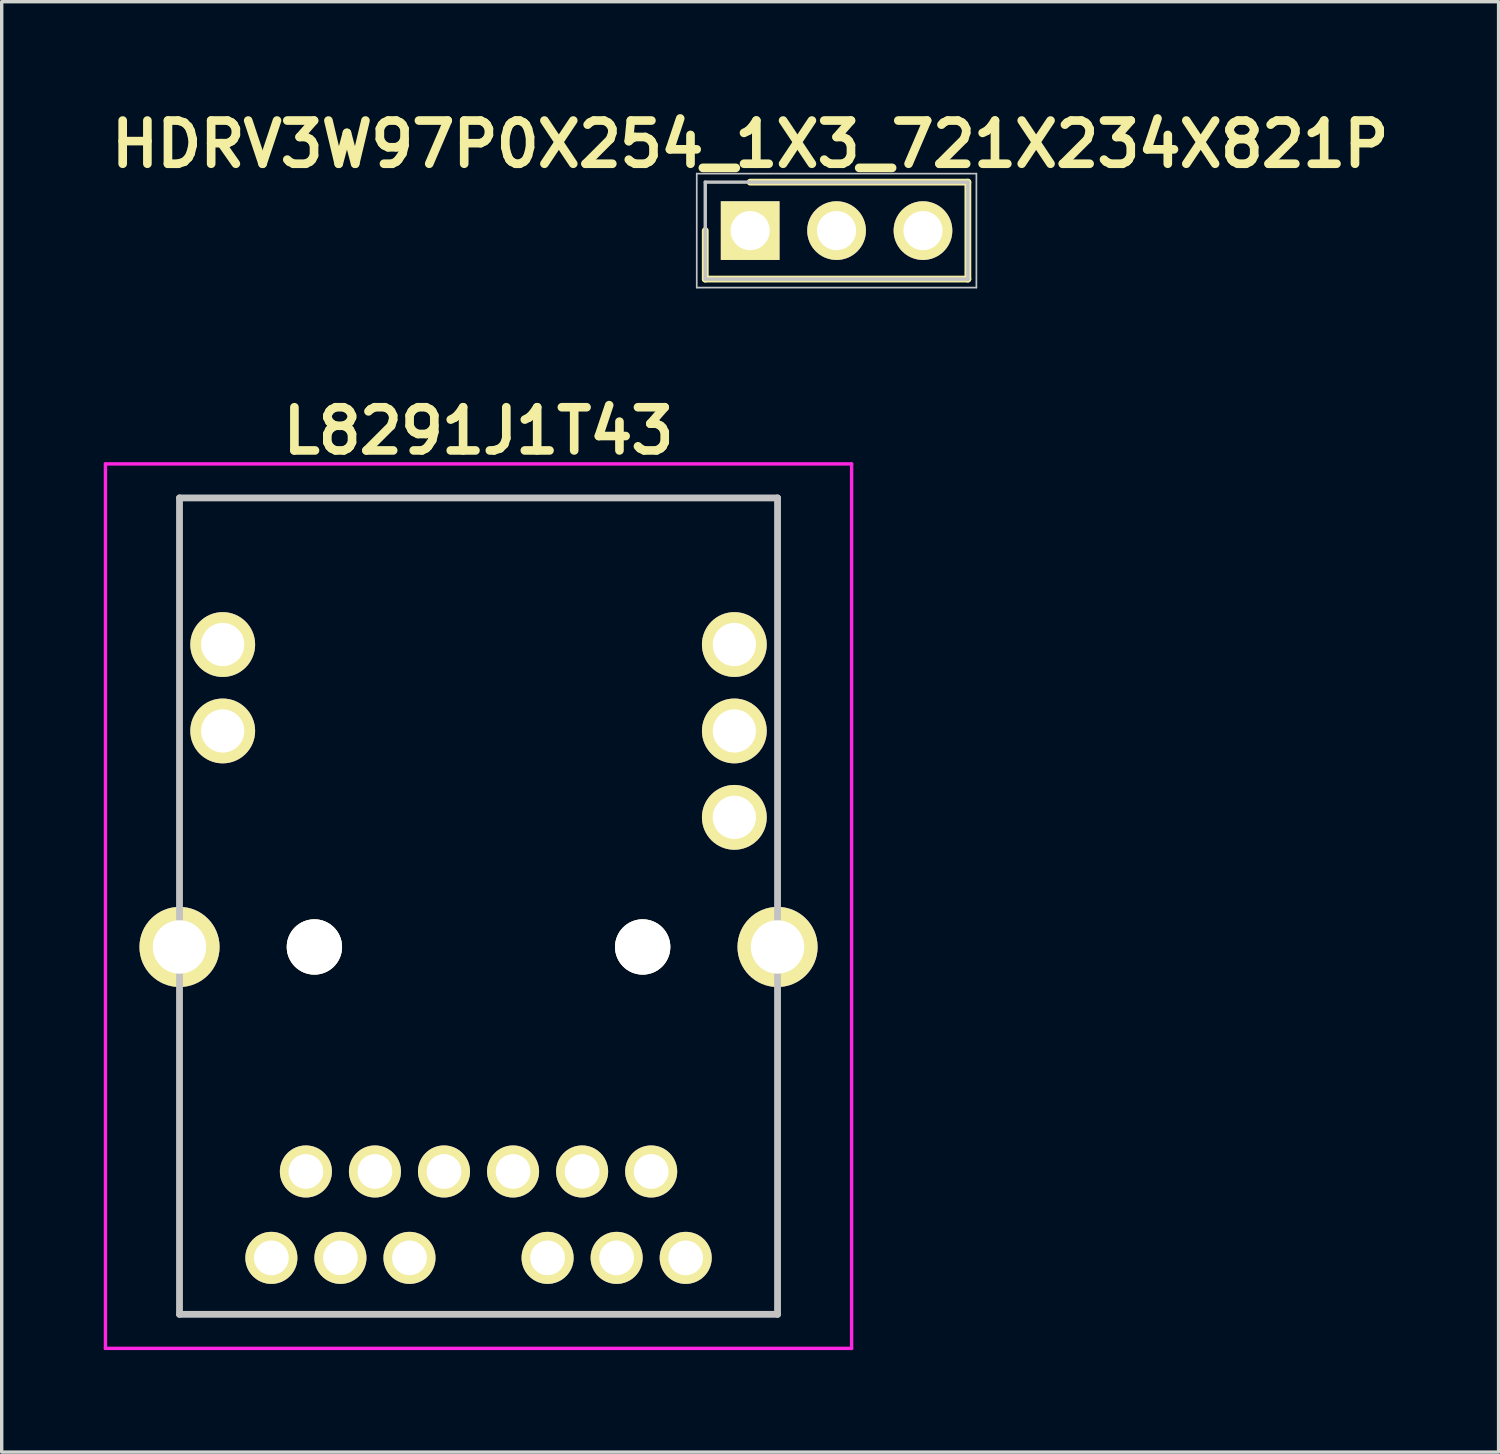
<source format=kicad_pcb>
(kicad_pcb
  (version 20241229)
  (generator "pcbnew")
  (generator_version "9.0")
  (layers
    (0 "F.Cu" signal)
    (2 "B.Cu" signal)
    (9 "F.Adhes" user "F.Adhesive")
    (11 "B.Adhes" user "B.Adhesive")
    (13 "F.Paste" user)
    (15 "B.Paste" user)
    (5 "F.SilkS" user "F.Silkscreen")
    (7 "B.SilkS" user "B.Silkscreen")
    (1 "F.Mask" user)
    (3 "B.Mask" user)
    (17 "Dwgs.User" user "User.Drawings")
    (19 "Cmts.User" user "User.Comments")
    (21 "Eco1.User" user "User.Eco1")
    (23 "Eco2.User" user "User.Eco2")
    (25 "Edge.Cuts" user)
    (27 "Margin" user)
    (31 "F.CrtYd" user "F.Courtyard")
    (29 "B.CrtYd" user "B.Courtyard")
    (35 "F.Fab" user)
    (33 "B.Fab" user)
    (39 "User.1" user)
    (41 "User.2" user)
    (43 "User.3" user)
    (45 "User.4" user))
  (footprint "HDRV3W97P0X254_1X3_721X234X821P"
    (layer "F.Cu")
    (at 19.002 3.729)
    (property "Reference" "HDRV3W97P0X254_1X3_721X234X821P" (at 0 -2.54 0) (layer "F.SilkS") (effects (font (size 1.27 1.27) (thickness 0.254))))
    (attr through_hole)
    (fp_line (start -1.32 0) (end -1.32 1.425) (stroke (width 0.2) (type solid)) (layer "F.SilkS"))
    (fp_line (start -1.32 1.425) (end 6.4 1.425) (stroke (width 0.2) (type solid)) (layer "F.SilkS"))
    (fp_line (start 6.4 -1.425) (end 0 -1.425) (stroke (width 0.2) (type solid)) (layer "F.SilkS"))
    (fp_line (start 6.4 1.425) (end 6.4 -1.425) (stroke (width 0.2) (type solid)) (layer "F.SilkS"))
    (fp_line (start -1.57 -1.675) (end 6.65 -1.675) (stroke (width 0.05) (type solid)) (layer "Dwgs.User"))
    (fp_line (start -1.57 1.675) (end -1.57 -1.675) (stroke (width 0.05) (type solid)) (layer "Dwgs.User"))
    (fp_line (start -1.32 -1.425) (end 6.4 -1.425) (stroke (width 0.1) (type solid)) (layer "Dwgs.User"))
    (fp_line (start -1.32 1.425) (end -1.32 -1.425) (stroke (width 0.1) (type solid)) (layer "Dwgs.User"))
    (fp_line (start 6.4 -1.425) (end 6.4 1.425) (stroke (width 0.1) (type solid)) (layer "Dwgs.User"))
    (fp_line (start 6.4 1.425) (end -1.32 1.425) (stroke (width 0.1) (type solid)) (layer "Dwgs.User"))
    (fp_line (start 6.65 -1.675) (end 6.65 1.675) (stroke (width 0.05) (type solid)) (layer "Dwgs.User"))
    (fp_line (start 6.65 1.675) (end -1.57 1.675) (stroke (width 0.05) (type solid)) (layer "Dwgs.User"))
    (pad "1" thru_hole rect (at 0 0 90) (size 1.725 1.725) (drill 1.15) (layers "*.Cu" "*.Mask" "F.SilkS"))
    (pad "2" thru_hole circle (at 2.54 0 90) (size 1.725 1.725) (drill 1.15) (layers "*.Cu" "*.Mask" "F.SilkS"))
    (pad "3" thru_hole circle (at 5.08 0 90) (size 1.725 1.725) (drill 1.15) (layers "*.Cu" "*.Mask" "F.SilkS")))
  (footprint "L8291J1T43"
    (layer "F.Cu")
    (at 11.017 23.587)
    (property "Reference" "L8291J1T43" (at 0 -13.97 0) (layer "F.SilkS") (effects (font (size 1.27 1.27) (thickness 0.254))))
    (attr through_hole)
    (fp_line (start -8.79 -12) (end 8.79 -12) (stroke (width 0.1) (type solid)) (layer "F.SilkS"))
    (fp_line (start -8.79 -0.8) (end -8.79 -12) (stroke (width 0.1) (type solid)) (layer "F.SilkS"))
    (fp_line (start -8.79 3.2) (end -8.79 12) (stroke (width 0.1) (type solid)) (layer "F.SilkS"))
    (fp_line (start -8.79 12) (end 8.79 12) (stroke (width 0.1) (type solid)) (layer "F.SilkS"))
    (fp_line (start 8.79 -12) (end 8.79 -0.8) (stroke (width 0.1) (type solid)) (layer "F.SilkS"))
    (fp_line (start -8.79 -12) (end 8.79 -12) (stroke (width 0.2) (type solid)) (layer "Dwgs.User"))
    (fp_line (start -8.79 12) (end -8.79 -12) (stroke (width 0.2) (type solid)) (layer "Dwgs.User"))
    (fp_line (start 8.79 -12) (end 8.79 12) (stroke (width 0.2) (type solid)) (layer "Dwgs.User"))
    (fp_line (start 8.79 12) (end -8.79 12) (stroke (width 0.2) (type solid)) (layer "Dwgs.User"))
    (fp_line (start -10.967 -13) (end 10.967 -13) (stroke (width 0.1) (type solid)) (layer "F.CrtYd"))
    (fp_line (start -10.967 13) (end -10.967 -13) (stroke (width 0.1) (type solid)) (layer "F.CrtYd"))
    (fp_line (start 10.967 -13) (end 10.967 13) (stroke (width 0.1) (type solid)) (layer "F.CrtYd"))
    (fp_line (start 10.967 13) (end -10.967 13) (stroke (width 0.1) (type solid)) (layer "F.CrtYd"))
    (pad "1" thru_hole circle (at -5.075 7.8 90) (size 1.53 1.53) (drill 1.02) (layers "*.Cu" "*.Mask" "F.SilkS"))
    (pad "2" thru_hole circle (at -3.045 7.8 90) (size 1.53 1.53) (drill 1.02) (layers "*.Cu" "*.Mask" "F.SilkS"))
    (pad "3" thru_hole circle (at -1.015 7.8 90) (size 1.53 1.53) (drill 1.02) (layers "*.Cu" "*.Mask" "F.SilkS"))
    (pad "4" thru_hole circle (at 1.015 7.8 90) (size 1.53 1.53) (drill 1.02) (layers "*.Cu" "*.Mask" "F.SilkS"))
    (pad "5" thru_hole circle (at 3.045 7.8 90) (size 1.53 1.53) (drill 1.02) (layers "*.Cu" "*.Mask" "F.SilkS"))
    (pad "6" thru_hole circle (at 5.075 7.8 90) (size 1.53 1.53) (drill 1.02) (layers "*.Cu" "*.Mask" "F.SilkS"))
    (pad "7" thru_hole circle (at -6.09 10.34 90) (size 1.53 1.53) (drill 1.02) (layers "*.Cu" "*.Mask" "F.SilkS"))
    (pad "8" thru_hole circle (at -4.06 10.34 90) (size 1.53 1.53) (drill 1.02) (layers "*.Cu" "*.Mask" "F.SilkS"))
    (pad "9" thru_hole circle (at -2.03 10.34 90) (size 1.53 1.53) (drill 1.02) (layers "*.Cu" "*.Mask" "F.SilkS"))
    (pad "10" thru_hole circle (at 2.03 10.34 90) (size 1.53 1.53) (drill 1.02) (layers "*.Cu" "*.Mask" "F.SilkS"))
    (pad "11" thru_hole circle (at 4.06 10.34 90) (size 1.53 1.53) (drill 1.02) (layers "*.Cu" "*.Mask" "F.SilkS"))
    (pad "12" thru_hole circle (at 6.09 10.34 90) (size 1.53 1.53) (drill 1.02) (layers "*.Cu" "*.Mask" "F.SilkS"))
    (pad "13" thru_hole circle (at -7.52 -5.15 90) (size 1.905 1.905) (drill 1.27) (layers "*.Cu" "*.Mask" "F.SilkS"))
    (pad "14" thru_hole circle (at -7.52 -7.69 90) (size 1.905 1.905) (drill 1.27) (layers "*.Cu" "*.Mask" "F.SilkS"))
    (pad "15" thru_hole circle (at 7.52 -2.61 90) (size 1.905 1.905) (drill 1.27) (layers "*.Cu" "*.Mask" "F.SilkS"))
    (pad "16" thru_hole circle (at 7.52 -5.15 90) (size 1.905 1.905) (drill 1.27) (layers "*.Cu" "*.Mask" "F.SilkS"))
    (pad "17" thru_hole circle (at 7.52 -7.69 90) (size 1.905 1.905) (drill 1.27) (layers "*.Cu" "*.Mask" "F.SilkS"))
    (pad "18" thru_hole circle (at -8.79 1.2 90) (size 2.355 2.355) (drill 1.57) (layers "*.Cu" "*.Mask" "F.SilkS"))
    (pad "19" thru_hole circle (at 8.79 1.2 90) (size 2.355 2.355) (drill 1.57) (layers "*.Cu" "*.Mask" "F.SilkS"))
    (pad "20" thru_hole circle (at -4.825 1.2 90) (size 1.625 1.625) (drill 3.25) (layers "*.Cu" "*.Mask" "F.SilkS"))
    (pad "21" thru_hole circle (at 4.825 1.2 90) (size 1.625 1.625) (drill 3.25) (layers "*.Cu" "*.Mask" "F.SilkS")))
  (gr_rect
    (start -3 -3)
    (end 41.003 39.637)
    (stroke (width 0.1) (type default))
    (fill no)
    (layer "Edge.Cuts")))
</source>
